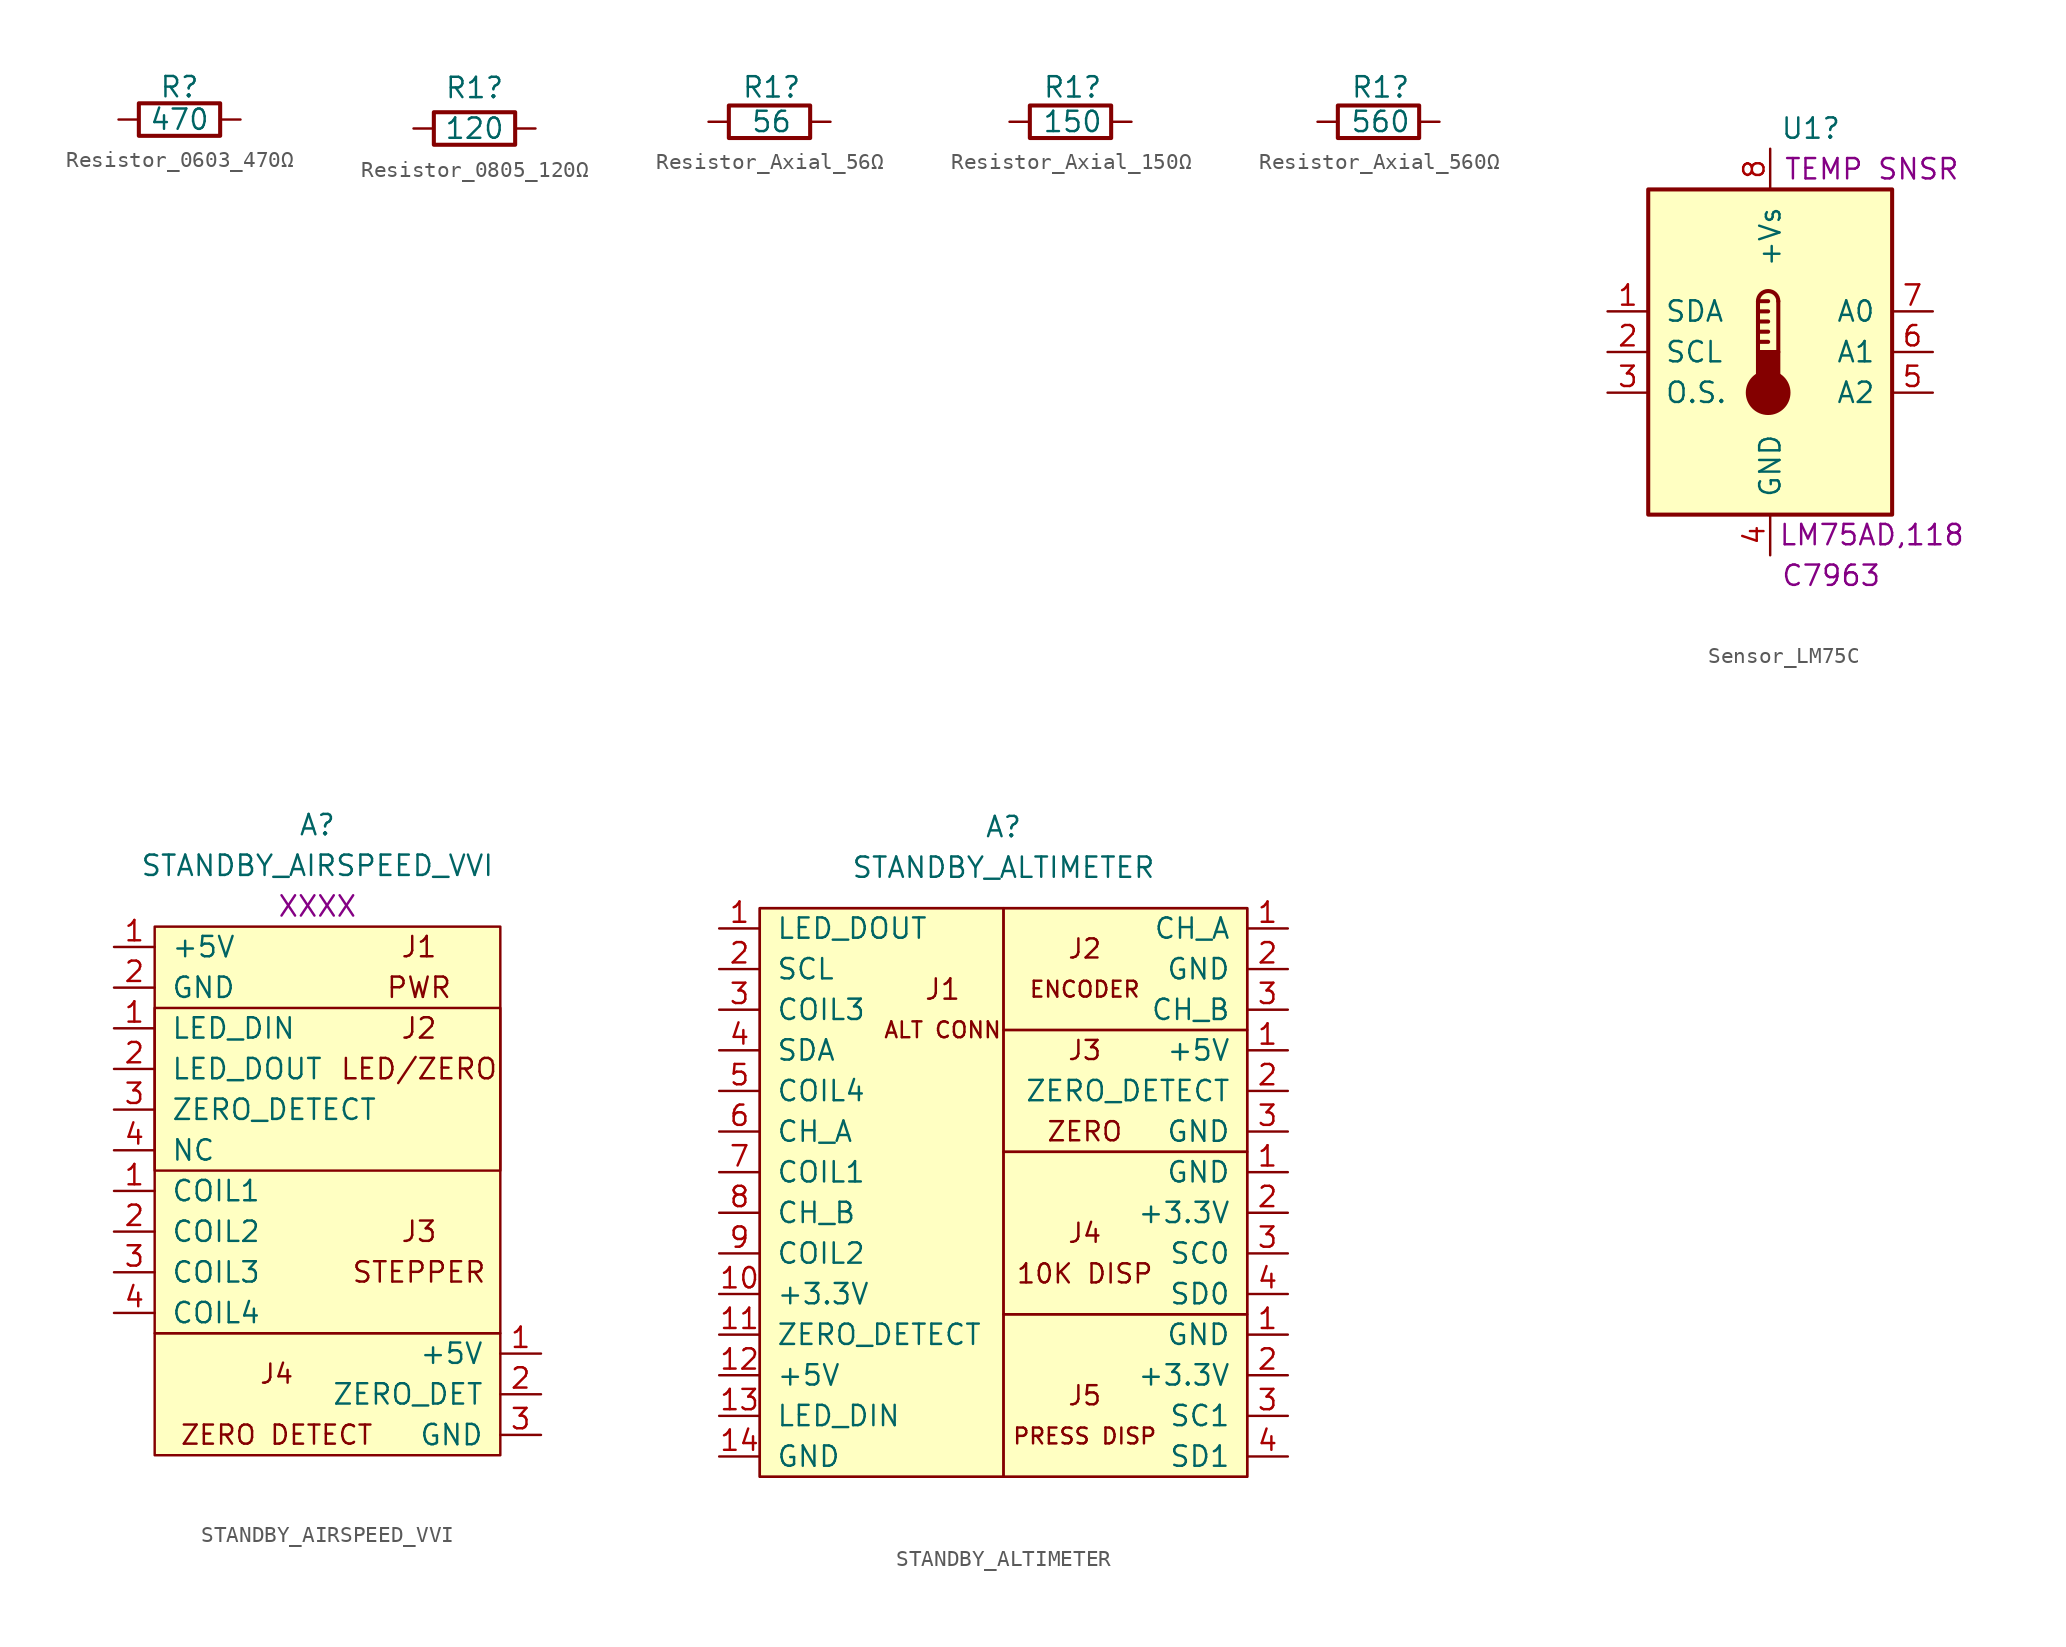
<source format=kicad_sym>
(kicad_symbol_lib
  (version 20220914)
  (generator kicad_symbol_editor)
  (symbol "Resistor_0603_470Ω"
    (pin_numbers hide)
    (pin_names
      (offset 0))
    (property "Reference" "R"
      (at 0 2.032 0)
      (effects (font (size 1.27 1.27))))
    (property "Value" "470"
      (at 0 0 0)
      (effects (font (size 1.27 1.27))))
    (symbol "Resistor_0603_470Ω_0_1"
      (rectangle (start 2.54 -1.016) (end -2.54 1.016) (stroke (width 0.254) (type default)) (fill (type none))))
    (symbol "Resistor_0603_470Ω_1_1"
      (pin passive line (at -3.81 0 0) (length 1.27) (name "~" (effects (font (size 1.27 1.27)))) (number "1" (effects (font (size 1.27 1.27)))))
      (pin passive line (at 3.81 0 180) (length 1.27) (name "~" (effects (font (size 1.27 1.27)))) (number "2" (effects (font (size 1.27 1.27)))))))
  (symbol "Resistor_0805_120Ω"
    (pin_numbers hide)
    (pin_names
      (offset 0))
    (property "Reference" "R1"
      (at 0 2.54 0)
      (effects (font (size 1.27 1.27))))
    (property "Value" "120"
      (at 0 0 0)
      (effects (font (size 1.27 1.27))))
    (property "Silkscreen" ""
      (at 0 0 90)
      (effects (font (size 1.27 1.27))))
    (symbol "Resistor_0805_120Ω_0_1"
      (rectangle (start -2.54 1.016) (end 2.54 -1.016) (stroke (width 0.254) (type default)) (fill (type none))))
    (symbol "Resistor_0805_120Ω_1_1"
      (pin passive line (at -3.81 0 0) (length 1.27) (name "~" (effects (font (size 1.27 1.27)))) (number "1" (effects (font (size 1.27 1.27)))))
      (pin passive line (at 3.81 0 180) (length 1.27) (name "~" (effects (font (size 1.27 1.27)))) (number "2" (effects (font (size 1.27 1.27)))))))
  (symbol "Resistor_Axial_56Ω"
    (pin_numbers hide)
    (pin_names
      (offset 0))
    (property "Reference" "R1"
      (at 0.127 2.159 0)
      (effects (font (size 1.27 1.27))))
    (property "Value" "56"
      (at 0.127 0 0)
      (effects (font (size 1.27 1.27))))
    (symbol "Resistor_Axial_56Ω_0_1"
      (rectangle (start -2.54 1.016) (end 2.54 -1.016) (stroke (width 0.254) (type default)) (fill (type none))))
    (symbol "Resistor_Axial_56Ω_1_1"
      (pin passive line (at -3.81 0 0) (length 1.27) (name "~" (effects (font (size 1.27 1.27)))) (number "1" (effects (font (size 1.27 1.27)))))
      (pin passive line (at 3.81 0 180) (length 1.27) (name "~" (effects (font (size 1.27 1.27)))) (number "2" (effects (font (size 1.27 1.27)))))))
  (symbol "Resistor_Axial_150Ω"
    (pin_numbers hide)
    (pin_names
      (offset 0))
    (property "Reference" "R1"
      (at 0.127 2.159 0)
      (effects (font (size 1.27 1.27))))
    (property "Value" "150"
      (at 0.127 0 0)
      (effects (font (size 1.27 1.27))))
    (symbol "Resistor_Axial_150Ω_0_1"
      (rectangle (start -2.54 1.016) (end 2.54 -1.016) (stroke (width 0.254) (type default)) (fill (type none))))
    (symbol "Resistor_Axial_150Ω_1_1"
      (pin passive line (at -3.81 0 0) (length 1.27) (name "~" (effects (font (size 1.27 1.27)))) (number "1" (effects (font (size 1.27 1.27)))))
      (pin passive line (at 3.81 0 180) (length 1.27) (name "~" (effects (font (size 1.27 1.27)))) (number "2" (effects (font (size 1.27 1.27)))))))
  (symbol "Resistor_Axial_560Ω"
    (pin_numbers hide)
    (pin_names
      (offset 0))
    (property "Reference" "R1"
      (at 0.127 2.159 0)
      (effects (font (size 1.27 1.27))))
    (property "Value" "560"
      (at 0.127 0 0)
      (effects (font (size 1.27 1.27))))
    (symbol "Resistor_Axial_560Ω_0_1"
      (rectangle (start -2.54 1.016) (end 2.54 -1.016) (stroke (width 0.254) (type default)) (fill (type none))))
    (symbol "Resistor_Axial_560Ω_1_1"
      (pin passive line (at -3.81 0 0) (length 1.27) (name "~" (effects (font (size 1.27 1.27)))) (number "1" (effects (font (size 1.27 1.27)))))
      (pin passive line (at 3.81 0 180) (length 1.27) (name "~" (effects (font (size 1.27 1.27)))) (number "2" (effects (font (size 1.27 1.27)))))))
  (symbol "Sensor_LM75C"
    (pin_names
      (offset 1.016))
    (property "Reference" "U1"
      (at 2.54 13.97 0)
      (effects (font (size 1.27 1.27))))
    (property "LCSC" "C7963"
      (at 3.81 -13.97 0)
      (effects (font (size 1.27 1.27))))
    (property "Manufacturer PN" "LM75AD,118"
      (at 6.35 -11.43 0)
      (effects (font (size 1.27 1.27))))
    (property "Silkscreen" "TEMP SNSR"
      (at 6.35 11.43 0)
      (effects (font (size 1.27 1.27))))
    (symbol "Sensor_LM75C_0_1"
      (rectangle (start -7.62 10.16) (end 7.62 -10.16) (stroke (width 0.254) (type default)) (fill (type background)))
      (circle (center -0.127 -2.54) (radius 1.27) (stroke (width 0.254) (type default)) (fill (type outline)))
      (polyline (pts (xy -0.762 0.635) (xy -0.127 0.635)) (stroke (width 0.254) (type default)) (fill (type none)))
      (polyline (pts (xy -0.762 1.27) (xy -0.127 1.27)) (stroke (width 0.254) (type default)) (fill (type none)))
      (polyline (pts (xy -0.762 1.905) (xy -0.127 1.905)) (stroke (width 0.254) (type default)) (fill (type none)))
      (polyline (pts (xy -0.762 2.54) (xy -0.127 2.54)) (stroke (width 0.254) (type default)) (fill (type none)))
      (polyline (pts (xy -0.762 3.175) (xy -0.762 0)) (stroke (width 0.254) (type default)) (fill (type none)))
      (polyline (pts (xy -0.762 3.175) (xy -0.127 3.175)) (stroke (width 0.254) (type default)) (fill (type none)))
      (polyline (pts (xy 0.508 3.175) (xy 0.508 0)) (stroke (width 0.254) (type default)) (fill (type none)))
      (rectangle (start 0.508 -1.905) (end -0.762 0) (stroke (width 0.254) (type default)) (fill (type outline)))
      (arc (start 0.508 3.175) (mid -0.127 3.8073) (end -0.762 3.175) (stroke (width 0.254) (type default)) (fill (type none))))
    (symbol "Sensor_LM75C_1_1"
      (pin bidirectional line (at -10.16 2.54 0) (length 2.54) (name "SDA" (effects (font (size 1.27 1.27)))) (number "1" (effects (font (size 1.27 1.27)))))
      (pin input line (at -10.16 0 0) (length 2.54) (name "SCL" (effects (font (size 1.27 1.27)))) (number "2" (effects (font (size 1.27 1.27)))))
      (pin open_collector line (at -10.16 -2.54 0) (length 2.54) (name "O.S." (effects (font (size 1.27 1.27)))) (number "3" (effects (font (size 1.27 1.27)))))
      (pin power_in line (at 0 -12.7 90) (length 2.54) (name "GND" (effects (font (size 1.27 1.27)))) (number "4" (effects (font (size 1.27 1.27)))))
      (pin input line (at 10.16 -2.54 180) (length 2.54) (name "A2" (effects (font (size 1.27 1.27)))) (number "5" (effects (font (size 1.27 1.27)))))
      (pin input line (at 10.16 0 180) (length 2.54) (name "A1" (effects (font (size 1.27 1.27)))) (number "6" (effects (font (size 1.27 1.27)))))
      (pin input line (at 10.16 2.54 180) (length 2.54) (name "A0" (effects (font (size 1.27 1.27)))) (number "7" (effects (font (size 1.27 1.27)))))
      (pin power_in line (at 0 12.7 270) (length 2.54) (name "+Vs" (effects (font (size 1.27 1.27)))) (number "8" (effects (font (size 1.27 1.27)))))))
  (symbol "STANDBY_AIRSPEED_VVI"
    (pin_names
      (offset 1.016))
    (property "Reference" "A"
      (at 0 21.59 0)
      (effects (font (size 1.27 1.27))))
    (property "Value" "STANDBY_AIRSPEED_VVI"
      (at 0 19.05 0)
      (effects (font (size 1.27 1.27))))
    (property "DESCRIPTION" "XXXX"
      (at 0 16.51 0)
      (effects (font (size 1.27 1.27))))
    (symbol "STANDBY_AIRSPEED_VVI_0_0"
      (rectangle (start -10.16 0) (end 11.43 10.16) (stroke (width 0) (type default)) (fill (type none)))
      (rectangle (start -10.16 15.24) (end 11.43 -10.16) (stroke (width 0) (type default)) (fill (type background)))
      (rectangle (start 11.43 -10.16) (end -10.16 -17.78) (stroke (width 0) (type default)) (fill (type background)))
      (text "J1" (at 6.35 13.97 0) (effects (font (size 1.27 1.27))))
      (text "J2" (at 6.35 8.89 0) (effects (font (size 1.27 1.27))))
      (text "J3" (at 6.35 -3.81 0) (effects (font (size 1.27 1.27))))
      (text "J4" (at -2.54 -12.7 0) (effects (font (size 1.194 1.194))))
      (text "LED/ZERO" (at 6.35 6.35 0) (effects (font (size 1.27 1.27))))
      (text "PWR" (at 6.35 11.43 0) (effects (font (size 1.27 1.27))))
      (text "STEPPER" (at 6.35 -6.35 0) (effects (font (size 1.27 1.27))))
      (text "ZERO DETECT" (at -2.54 -16.51 0) (effects (font (size 1.194 1.194))))
      (pin unspecified line (at -12.7 13.97 0) (length 2.54) (name "+5V" (effects (font (size 1.27 1.27)))) (number "1" (effects (font (size 1.27 1.27)))))
      (pin unspecified line (at 13.97 -11.43 180) (length 2.54) (name "+5V" (effects (font (size 1.27 1.27)))) (number "1" (effects (font (size 1.27 1.27)))))
      (pin unspecified line (at -12.7 -1.27 0) (length 2.54) (name "COIL1" (effects (font (size 1.27 1.27)))) (number "1" (effects (font (size 1.27 1.27)))))
      (pin unspecified line (at -12.7 8.89 0) (length 2.54) (name "LED_DIN" (effects (font (size 1.27 1.27)))) (number "1" (effects (font (size 1.27 1.27)))))
      (pin unspecified line (at -12.7 -3.81 0) (length 2.54) (name "COIL2" (effects (font (size 1.27 1.27)))) (number "2" (effects (font (size 1.27 1.27)))))
      (pin unspecified line (at -12.7 11.43 0) (length 2.54) (name "GND" (effects (font (size 1.27 1.27)))) (number "2" (effects (font (size 1.27 1.27)))))
      (pin unspecified line (at -12.7 6.35 0) (length 2.54) (name "LED_DOUT" (effects (font (size 1.27 1.27)))) (number "2" (effects (font (size 1.27 1.27)))))
      (pin unspecified line (at 13.97 -13.97 180) (length 2.54) (name "ZERO_DET" (effects (font (size 1.27 1.27)))) (number "2" (effects (font (size 1.27 1.27)))))
      (pin unspecified line (at -12.7 -6.35 0) (length 2.54) (name "COIL3" (effects (font (size 1.27 1.27)))) (number "3" (effects (font (size 1.27 1.27)))))
      (pin unspecified line (at 13.97 -16.51 180) (length 2.54) (name "GND" (effects (font (size 1.27 1.27)))) (number "3" (effects (font (size 1.27 1.27)))))
      (pin unspecified line (at -12.7 3.81 0) (length 2.54) (name "ZERO_DETECT" (effects (font (size 1.27 1.27)))) (number "3" (effects (font (size 1.27 1.27)))))
      (pin unspecified line (at -12.7 -8.89 0) (length 2.54) (name "COIL4" (effects (font (size 1.27 1.27)))) (number "4" (effects (font (size 1.27 1.27)))))
      (pin unspecified line (at -12.7 1.27 0) (length 2.54) (name "NC" (effects (font (size 1.27 1.27)))) (number "4" (effects (font (size 1.27 1.27)))))))
  (symbol "STANDBY_ALTIMETER"
    (pin_names
      (offset 1.016))
    (property "Reference" "A"
      (at 0 22.86 0)
      (effects (font (size 1.27 1.27))))
    (property "Value" "STANDBY_ALTIMETER"
      (at 0 20.32 0)
      (effects (font (size 1.27 1.27))))
    (symbol "STANDBY_ALTIMETER_0_0"
      (rectangle (start -15.24 17.78) (end 15.24 -17.78) (stroke (width 0) (type default)) (fill (type background)))
      (rectangle (start 15.24 -7.62) (end 0 -17.78) (stroke (width 0) (type default)) (fill (type none)))
      (rectangle (start 15.24 2.54) (end 0 -7.62) (stroke (width 0) (type default)) (fill (type none)))
      (rectangle (start 15.24 10.16) (end 0 2.54) (stroke (width 0) (type default)) (fill (type none)))
      (rectangle (start 15.24 17.78) (end 0 10.16) (stroke (width 0) (type default)) (fill (type none)))
      (text "10K DISP" (at 5.08 -5.08 0) (effects (font (size 1.194 1.194))))
      (text "ALT CONN" (at -3.81 10.16 0) (effects (font (size 0.991 0.991))))
      (text "ENCODER" (at 5.08 12.7 0) (effects (font (size 0.991 0.991))))
      (text "J1" (at -3.81 12.7 0) (effects (font (size 1.27 1.27))))
      (text "J2" (at 5.08 15.24 0) (effects (font (size 1.194 1.194))))
      (text "J3" (at 5.08 8.89 0) (effects (font (size 1.194 1.194))))
      (text "J4" (at 5.08 -2.54 0) (effects (font (size 1.194 1.194))))
      (text "J5" (at 5.08 -12.7 0) (effects (font (size 1.194 1.194))))
      (text "PRESS DISP" (at 5.08 -15.24 0) (effects (font (size 0.991 0.991))))
      (text "ZERO" (at 5.08 3.81 0) (effects (font (size 1.194 1.194))))
      (pin unspecified line (at 17.78 8.89 180) (length 2.54) (name "+5V" (effects (font (size 1.27 1.27)))) (number "1" (effects (font (size 1.27 1.27)))))
      (pin unspecified line (at 17.78 16.51 180) (length 2.54) (name "CH_A" (effects (font (size 1.27 1.27)))) (number "1" (effects (font (size 1.27 1.27)))))
      (pin unspecified line (at 17.78 -8.89 180) (length 2.54) (name "GND" (effects (font (size 1.27 1.27)))) (number "1" (effects (font (size 1.27 1.27)))))
      (pin unspecified line (at 17.78 1.27 180) (length 2.54) (name "GND" (effects (font (size 1.27 1.27)))) (number "1" (effects (font (size 1.27 1.27)))))
      (pin unspecified line (at -17.78 16.51 0) (length 2.54) (name "LED_DOUT" (effects (font (size 1.27 1.27)))) (number "1" (effects (font (size 1.27 1.27)))))
      (pin unspecified line (at -17.78 -6.35 0) (length 2.54) (name "+3.3V" (effects (font (size 1.27 1.27)))) (number "10" (effects (font (size 1.27 1.27)))))
      (pin unspecified line (at -17.78 -8.89 0) (length 2.54) (name "ZERO_DETECT" (effects (font (size 1.27 1.27)))) (number "11" (effects (font (size 1.27 1.27)))))
      (pin unspecified line (at -17.78 -11.43 0) (length 2.54) (name "+5V" (effects (font (size 1.27 1.27)))) (number "12" (effects (font (size 1.27 1.27)))))
      (pin unspecified line (at -17.78 -13.97 0) (length 2.54) (name "LED_DIN" (effects (font (size 1.27 1.27)))) (number "13" (effects (font (size 1.27 1.27)))))
      (pin unspecified line (at -17.78 -16.51 0) (length 2.54) (name "GND" (effects (font (size 1.27 1.27)))) (number "14" (effects (font (size 1.27 1.27)))))
      (pin unspecified line (at 17.78 -11.43 180) (length 2.54) (name "+3.3V" (effects (font (size 1.27 1.27)))) (number "2" (effects (font (size 1.27 1.27)))))
      (pin unspecified line (at 17.78 -1.27 180) (length 2.54) (name "+3.3V" (effects (font (size 1.27 1.27)))) (number "2" (effects (font (size 1.27 1.27)))))
      (pin unspecified line (at 17.78 13.97 180) (length 2.54) (name "GND" (effects (font (size 1.27 1.27)))) (number "2" (effects (font (size 1.27 1.27)))))
      (pin unspecified line (at -17.78 13.97 0) (length 2.54) (name "SCL" (effects (font (size 1.27 1.27)))) (number "2" (effects (font (size 1.27 1.27)))))
      (pin unspecified line (at 17.78 6.35 180) (length 2.54) (name "ZERO_DETECT" (effects (font (size 1.27 1.27)))) (number "2" (effects (font (size 1.27 1.27)))))
      (pin unspecified line (at 17.78 11.43 180) (length 2.54) (name "CH_B" (effects (font (size 1.27 1.27)))) (number "3" (effects (font (size 1.27 1.27)))))
      (pin unspecified line (at -17.78 11.43 0) (length 2.54) (name "COIL3" (effects (font (size 1.27 1.27)))) (number "3" (effects (font (size 1.27 1.27)))))
      (pin unspecified line (at 17.78 3.81 180) (length 2.54) (name "GND" (effects (font (size 1.27 1.27)))) (number "3" (effects (font (size 1.27 1.27)))))
      (pin unspecified line (at 17.78 -3.81 180) (length 2.54) (name "SC0" (effects (font (size 1.27 1.27)))) (number "3" (effects (font (size 1.27 1.27)))))
      (pin unspecified line (at 17.78 -13.97 180) (length 2.54) (name "SC1" (effects (font (size 1.27 1.27)))) (number "3" (effects (font (size 1.27 1.27)))))
      (pin unspecified line (at 17.78 -6.35 180) (length 2.54) (name "SD0" (effects (font (size 1.27 1.27)))) (number "4" (effects (font (size 1.27 1.27)))))
      (pin unspecified line (at 17.78 -16.51 180) (length 2.54) (name "SD1" (effects (font (size 1.27 1.27)))) (number "4" (effects (font (size 1.27 1.27)))))
      (pin unspecified line (at -17.78 8.89 0) (length 2.54) (name "SDA" (effects (font (size 1.27 1.27)))) (number "4" (effects (font (size 1.27 1.27)))))
      (pin unspecified line (at -17.78 6.35 0) (length 2.54) (name "COIL4" (effects (font (size 1.27 1.27)))) (number "5" (effects (font (size 1.27 1.27)))))
      (pin unspecified line (at -17.78 3.81 0) (length 2.54) (name "CH_A" (effects (font (size 1.27 1.27)))) (number "6" (effects (font (size 1.27 1.27)))))
      (pin unspecified line (at -17.78 1.27 0) (length 2.54) (name "COIL1" (effects (font (size 1.27 1.27)))) (number "7" (effects (font (size 1.27 1.27)))))
      (pin unspecified line (at -17.78 -1.27 0) (length 2.54) (name "CH_B" (effects (font (size 1.27 1.27)))) (number "8" (effects (font (size 1.27 1.27)))))
      (pin unspecified line (at -17.78 -3.81 0) (length 2.54) (name "COIL2" (effects (font (size 1.27 1.27)))) (number "9" (effects (font (size 1.27 1.27))))))
    (symbol "STANDBY_ALTIMETER_0_1"
      (rectangle (start -15.24 17.78) (end 0 -17.78) (stroke (width 0) (type default)) (fill (type none))))))
</source>
